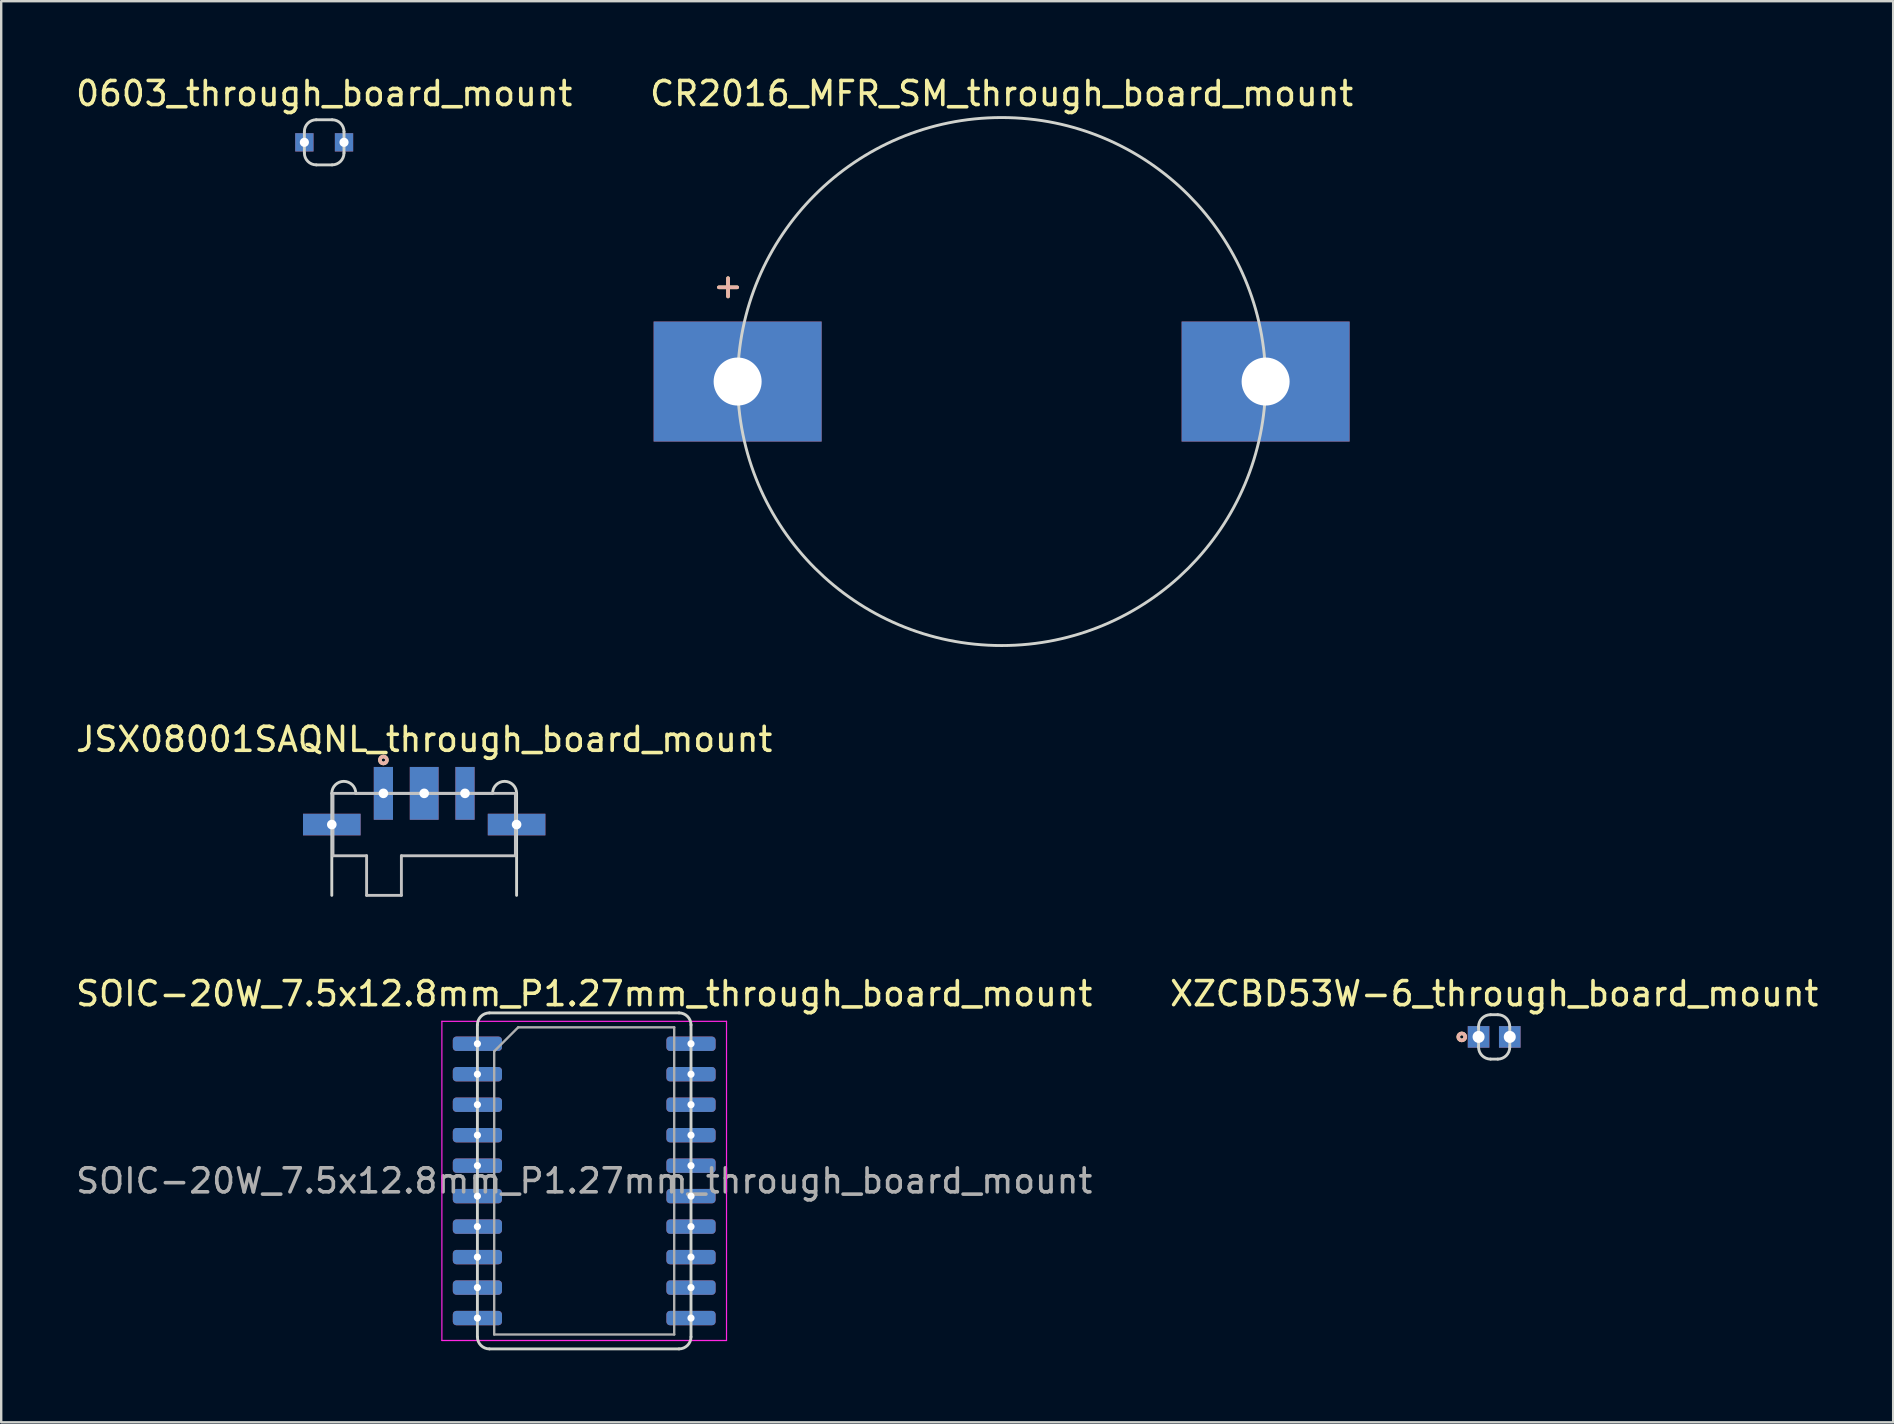
<source format=kicad_pcb>
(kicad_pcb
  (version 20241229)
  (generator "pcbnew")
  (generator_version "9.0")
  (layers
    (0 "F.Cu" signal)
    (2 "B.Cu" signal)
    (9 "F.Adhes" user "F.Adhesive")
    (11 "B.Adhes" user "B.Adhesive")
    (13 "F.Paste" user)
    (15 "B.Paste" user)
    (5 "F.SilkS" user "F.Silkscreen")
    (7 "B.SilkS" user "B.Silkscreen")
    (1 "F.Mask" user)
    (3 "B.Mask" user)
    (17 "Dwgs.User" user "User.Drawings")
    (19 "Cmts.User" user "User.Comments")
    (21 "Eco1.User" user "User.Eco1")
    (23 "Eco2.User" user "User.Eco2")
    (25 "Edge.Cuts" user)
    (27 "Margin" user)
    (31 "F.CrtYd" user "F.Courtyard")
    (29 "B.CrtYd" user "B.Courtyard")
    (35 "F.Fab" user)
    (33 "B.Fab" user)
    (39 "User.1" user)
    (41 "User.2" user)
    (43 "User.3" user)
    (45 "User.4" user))
  (footprint "0603_through_board_mount"
    (layer "F.Cu")
    (at 10.458 2.88)
    (property "Reference" "0603_through_board_mount" (at 0 -2.032 0) (layer "F.SilkS") (effects (font (size 1 1) (thickness 0.15))))
    (attr through_hole)
    (fp_line (start -0.826 -0.445) (end -0.826 0.445) (stroke (width 0.12) (type solid)) (layer "Edge.Cuts"))
    (fp_line (start -0.33 -0.94) (end 0.33 -0.94) (stroke (width 0.12) (type solid)) (layer "Edge.Cuts"))
    (fp_line (start 0.33 0.94) (end -0.33 0.94) (stroke (width 0.12) (type solid)) (layer "Edge.Cuts"))
    (fp_line (start 0.826 0.445) (end 0.826 -0.445) (stroke (width 0.12) (type solid)) (layer "Edge.Cuts"))
    (fp_arc (start -0.8255 -0.4445) (mid -0.68043 -0.79473) (end -0.3302 -0.9398) (stroke (width 0.12) (type solid)) (layer "Edge.Cuts"))
    (fp_arc (start -0.3302 0.9398) (mid -0.68043 0.79473) (end -0.8255 0.4445) (stroke (width 0.12) (type solid)) (layer "Edge.Cuts"))
    (fp_arc (start 0.3302 -0.9398) (mid 0.68043 -0.79473) (end 0.8255 -0.4445) (stroke (width 0.12) (type solid)) (layer "Edge.Cuts"))
    (fp_arc (start 0.8255 0.4445) (mid 0.68043 0.79473) (end 0.3302 0.9398) (stroke (width 0.12) (type solid)) (layer "Edge.Cuts"))
    (pad "1" thru_hole rect (at -0.826 0) (size 0.762 0.762) (drill 0.381) (layers "*.Cu" "*.Mask"))
    (pad "2" thru_hole rect (at 0.826 0 180) (size 0.762 0.762) (drill 0.381) (layers "*.Cu" "*.Mask")))
  (footprint "CR2016_MFR_SM_through_board_mount"
    (layer "F.Cu")
    (at 38.685 12.848)
    (property "Reference" "CR2016_MFR_SM_through_board_mount" (at 0 -12 0) (layer "F.SilkS") (effects (font (size 1 1) (thickness 0.15))))
    (attr through_hole)
    (fp_circle (center 0 0) (end -11 0) (stroke (width 0.12) (type solid)) (fill no) (layer "Edge.Cuts"))
    (fp_text user "+" (at -11.4 -4 0) (layer "F.SilkS") (effects (font (size 1 1) (thickness 0.15))))
    (fp_text user "+" (at -11.4 -4 0) (layer "B.SilkS") (effects (font (size 1 1) (thickness 0.15))))
    (pad "1" thru_hole rect (at -11 0) (size 7 5) (drill 2) (layers "*.Cu" "*.Mask"))
    (pad "2" thru_hole rect (at 11 0) (size 7 5) (drill 2) (layers "*.Cu" "*.Mask")))
  (footprint "XZCBD53W-6_through_board_mount"
    (layer "F.Cu")
    (at 59.208 40.155)
    (property "Reference" "XZCBD53W-6_through_board_mount" (at 0 -1.8 0) (layer "F.SilkS") (effects (font (size 1 1) (thickness 0.15))))
    (attr through_hole)
    (fp_circle (center -1.35 0) (end -1.279 0) (stroke (width 0.15) (type solid)) (fill no) (layer "F.SilkS"))
    (fp_circle (center -1.35 0) (end -1.279 0) (stroke (width 0.15) (type solid)) (fill no) (layer "B.SilkS"))
    (fp_line (start -0.65 -0.425) (end -0.65 0.425) (stroke (width 0.12) (type solid)) (layer "Edge.Cuts"))
    (fp_line (start -0.15 -0.925) (end 0.15 -0.925) (stroke (width 0.12) (type solid)) (layer "Edge.Cuts"))
    (fp_line (start 0.15 0.925) (end -0.15 0.925) (stroke (width 0.12) (type solid)) (layer "Edge.Cuts"))
    (fp_line (start 0.65 0.425) (end 0.65 -0.425) (stroke (width 0.12) (type solid)) (layer "Edge.Cuts"))
    (fp_arc (start -0.65 -0.425) (mid -0.503553 -0.778553) (end -0.15 -0.925) (stroke (width 0.12) (type solid)) (layer "Edge.Cuts"))
    (fp_arc (start -0.15 0.925) (mid -0.503553 0.778553) (end -0.65 0.425) (stroke (width 0.12) (type solid)) (layer "Edge.Cuts"))
    (fp_arc (start 0.15 -0.925) (mid 0.503553 -0.778553) (end 0.65 -0.425) (stroke (width 0.12) (type solid)) (layer "Edge.Cuts"))
    (fp_arc (start 0.65 0.425) (mid 0.503553 0.778553) (end 0.15 0.925) (stroke (width 0.12) (type solid)) (layer "Edge.Cuts"))
    (pad "1" thru_hole rect (at -0.65 0) (size 0.9 0.9) (drill 0.5) (layers "*.Cu" "*.Mask"))
    (pad "2" thru_hole rect (at 0.65 0 180) (size 0.9 0.9) (drill 0.5) (layers "*.Cu" "*.Mask")))
  (footprint "JSX08001SAQNL_through_board_mount"
    (layer "F.Cu")
    (at 14.625 34.257)
    (property "Reference" "JSX08001SAQNL_through_board_mount" (at 0 -6.5 0) (layer "F.SilkS") (effects (font (size 1 1) (thickness 0.15))))
    (attr through_hole)
    (fp_circle (center -1.7 -5.64) (end -1.629 -5.64) (stroke (width 0.15) (type solid)) (fill no) (layer "F.SilkS"))
    (fp_circle (center -1.7 -5.64) (end -1.629 -5.64) (stroke (width 0.15) (type solid)) (fill no) (layer "B.SilkS"))
    (fp_line (start -3.8 -4.25) (end 3.8 -4.25) (stroke (width 0.12) (type solid)) (layer "Dwgs.User"))
    (fp_line (start -3.8 -1.65) (end -3.8 -4.25) (stroke (width 0.12) (type solid)) (layer "Dwgs.User"))
    (fp_line (start -2.4 -1.65) (end -3.8 -1.65) (stroke (width 0.12) (type solid)) (layer "Dwgs.User"))
    (fp_line (start -2.4 0) (end -2.4 -1.65) (stroke (width 0.12) (type solid)) (layer "Dwgs.User"))
    (fp_line (start -0.95 -1.65) (end -0.95 0) (stroke (width 0.12) (type solid)) (layer "Dwgs.User"))
    (fp_line (start -0.95 0) (end -2.4 0) (stroke (width 0.12) (type solid)) (layer "Dwgs.User"))
    (fp_line (start 3.8 -4.25) (end 3.8 -1.65) (stroke (width 0.12) (type solid)) (layer "Dwgs.User"))
    (fp_line (start 3.8 -1.65) (end -0.95 -1.65) (stroke (width 0.12) (type solid)) (layer "Dwgs.User"))
    (fp_line (start -3.85 -4.25) (end -3.85 0) (stroke (width 0.12) (type solid)) (layer "Edge.Cuts"))
    (fp_line (start 2.85 -4.25) (end -2.85 -4.25) (stroke (width 0.12) (type solid)) (layer "Edge.Cuts"))
    (fp_line (start 3.85 0) (end 3.85 -4.25) (stroke (width 0.12) (type solid)) (layer "Edge.Cuts"))
    (fp_arc (start -3.85 -4.25) (mid -3.35 -4.75) (end -2.85 -4.25) (stroke (width 0.12) (type solid)) (layer "Edge.Cuts"))
    (fp_arc (start 2.85 -4.25) (mid 3.35 -4.75) (end 3.85 -4.25) (stroke (width 0.12) (type solid)) (layer "Edge.Cuts"))
    (pad "" thru_hole rect (at -3.85 -2.95) (size 2.4 0.9) (drill 0.4) (layers "*.Cu" "*.Mask"))
    (pad "" thru_hole rect (at 3.85 -2.95 180) (size 2.4 0.9) (drill 0.4) (layers "*.Cu" "*.Mask"))
    (pad "1" thru_hole rect (at -1.7 -4.25 180) (size 0.8 2.2) (drill 0.4) (layers "*.Cu" "*.Mask"))
    (pad "2" thru_hole rect (at 0 -4.25 180) (size 1.2 2.2) (drill 0.4) (layers "*.Cu" "*.Mask"))
    (pad "3" thru_hole rect (at 1.7 -4.25 180) (size 0.8 2.2) (drill 0.4) (layers "*.Cu" "*.Mask")))
  (footprint "SOIC-20W_7.5x12.8mm_P1.27mm_through_board_mount"
    (layer "F.Cu")
    (at 21.292 46.155)
    (property "Reference" "SOIC-20W_7.5x12.8mm_P1.27mm_through_board_mount" (at 0 -7.8 0) (layer "F.SilkS") (effects (font (size 1 1) (thickness 0.15))))
    (attr smd)
    (fp_line (start -4.45 -6.5) (end -4.45 6.5) (stroke (width 0.12) (type solid)) (layer "Edge.Cuts"))
    (fp_line (start -3.95 -7) (end 3.95 -7) (stroke (width 0.12) (type solid)) (layer "Edge.Cuts"))
    (fp_line (start -3.95 7) (end 3.95 7) (stroke (width 0.12) (type solid)) (layer "Edge.Cuts"))
    (fp_line (start 4.45 6.5) (end 4.45 -6.5) (stroke (width 0.12) (type solid)) (layer "Edge.Cuts"))
    (fp_arc (start -4.45 -6.5) (mid -4.303553 -6.853553) (end -3.95 -7) (stroke (width 0.12) (type solid)) (layer "Edge.Cuts"))
    (fp_arc (start -3.95 7) (mid -4.303553 6.853553) (end -4.45 6.5) (stroke (width 0.12) (type solid)) (layer "Edge.Cuts"))
    (fp_arc (start 3.95 -7) (mid 4.303553 -6.853553) (end 4.45 -6.5) (stroke (width 0.12) (type solid)) (layer "Edge.Cuts"))
    (fp_arc (start 4.45 6.5) (mid 4.303553 6.853553) (end 3.95 7) (stroke (width 0.12) (type solid)) (layer "Edge.Cuts"))
    (fp_line (start -5.93 -6.65) (end -5.93 6.65) (stroke (width 0.05) (type solid)) (layer "F.CrtYd"))
    (fp_line (start -5.93 6.65) (end 5.93 6.65) (stroke (width 0.05) (type solid)) (layer "F.CrtYd"))
    (fp_line (start 5.93 -6.65) (end -5.93 -6.65) (stroke (width 0.05) (type solid)) (layer "F.CrtYd"))
    (fp_line (start 5.93 6.65) (end 5.93 -6.65) (stroke (width 0.05) (type solid)) (layer "F.CrtYd"))
    (fp_line (start -3.75 -5.4) (end -2.75 -6.4) (stroke (width 0.1) (type solid)) (layer "F.Fab"))
    (fp_line (start -3.75 6.4) (end -3.75 -5.4) (stroke (width 0.1) (type solid)) (layer "F.Fab"))
    (fp_line (start -2.75 -6.4) (end 3.75 -6.4) (stroke (width 0.1) (type solid)) (layer "F.Fab"))
    (fp_line (start 3.75 -6.4) (end 3.75 6.4) (stroke (width 0.1) (type solid)) (layer "F.Fab"))
    (fp_line (start 3.75 6.4) (end -3.75 6.4) (stroke (width 0.1) (type solid)) (layer "F.Fab"))
    (fp_text user "${REFERENCE}" (at 0 0 0) (layer "F.Fab") (effects (font (size 1 1) (thickness 0.15))))
    (pad "1" thru_hole roundrect (at -4.45 -5.715) (size 2.05 0.6) (drill 0.3) (layers "*.Cu" "*.Mask") (roundrect_rratio 0.25))
    (pad "2" thru_hole roundrect (at -4.45 -4.445) (size 2.05 0.6) (drill 0.3) (layers "*.Cu" "*.Mask") (roundrect_rratio 0.25))
    (pad "3" thru_hole roundrect (at -4.45 -3.175) (size 2.05 0.6) (drill 0.3) (layers "*.Cu" "*.Mask") (roundrect_rratio 0.25))
    (pad "4" thru_hole roundrect (at -4.45 -1.905) (size 2.05 0.6) (drill 0.3) (layers "*.Cu" "*.Mask") (roundrect_rratio 0.25))
    (pad "5" thru_hole roundrect (at -4.45 -0.635) (size 2.05 0.6) (drill 0.3) (layers "*.Cu" "*.Mask") (roundrect_rratio 0.25))
    (pad "6" thru_hole roundrect (at -4.45 0.635) (size 2.05 0.6) (drill 0.3) (layers "*.Cu" "*.Mask") (roundrect_rratio 0.25))
    (pad "7" thru_hole roundrect (at -4.45 1.905) (size 2.05 0.6) (drill 0.3) (layers "*.Cu" "*.Mask") (roundrect_rratio 0.25))
    (pad "8" thru_hole roundrect (at -4.45 3.175) (size 2.05 0.6) (drill 0.3) (layers "*.Cu" "*.Mask") (roundrect_rratio 0.25))
    (pad "9" thru_hole roundrect (at -4.45 4.445) (size 2.05 0.6) (drill 0.3) (layers "*.Cu" "*.Mask") (roundrect_rratio 0.25))
    (pad "10" thru_hole roundrect (at -4.45 5.715) (size 2.05 0.6) (drill 0.3) (layers "*.Cu" "*.Mask") (roundrect_rratio 0.25))
    (pad "11" thru_hole roundrect (at 4.45 5.715) (size 2.05 0.6) (drill 0.3) (layers "*.Cu" "*.Mask") (roundrect_rratio 0.25))
    (pad "12" thru_hole roundrect (at 4.45 4.445) (size 2.05 0.6) (drill 0.3) (layers "*.Cu" "*.Mask") (roundrect_rratio 0.25))
    (pad "13" thru_hole roundrect (at 4.45 3.175) (size 2.05 0.6) (drill 0.3) (layers "*.Cu" "*.Mask") (roundrect_rratio 0.25))
    (pad "14" thru_hole roundrect (at 4.45 1.905) (size 2.05 0.6) (drill 0.3) (layers "*.Cu" "*.Mask") (roundrect_rratio 0.25))
    (pad "15" thru_hole roundrect (at 4.45 0.635) (size 2.05 0.6) (drill 0.3) (layers "*.Cu" "*.Mask") (roundrect_rratio 0.25))
    (pad "16" thru_hole roundrect (at 4.45 -0.635) (size 2.05 0.6) (drill 0.3) (layers "*.Cu" "*.Mask") (roundrect_rratio 0.25))
    (pad "17" thru_hole roundrect (at 4.45 -1.905) (size 2.05 0.6) (drill 0.3) (layers "*.Cu" "*.Mask") (roundrect_rratio 0.25))
    (pad "18" thru_hole roundrect (at 4.45 -3.175) (size 2.05 0.6) (drill 0.3) (layers "*.Cu" "*.Mask") (roundrect_rratio 0.25))
    (pad "19" thru_hole roundrect (at 4.45 -4.445) (size 2.05 0.6) (drill 0.3) (layers "*.Cu" "*.Mask") (roundrect_rratio 0.25))
    (pad "20" thru_hole roundrect (at 4.45 -5.715) (size 2.05 0.6) (drill 0.3) (layers "*.Cu" "*.Mask") (roundrect_rratio 0.25)))
  (gr_rect
    (start -3 -3)
    (end 75.833 56.215)
    (stroke (width 0.1) (type default))
    (fill no)
    (layer "Edge.Cuts")))
</source>
